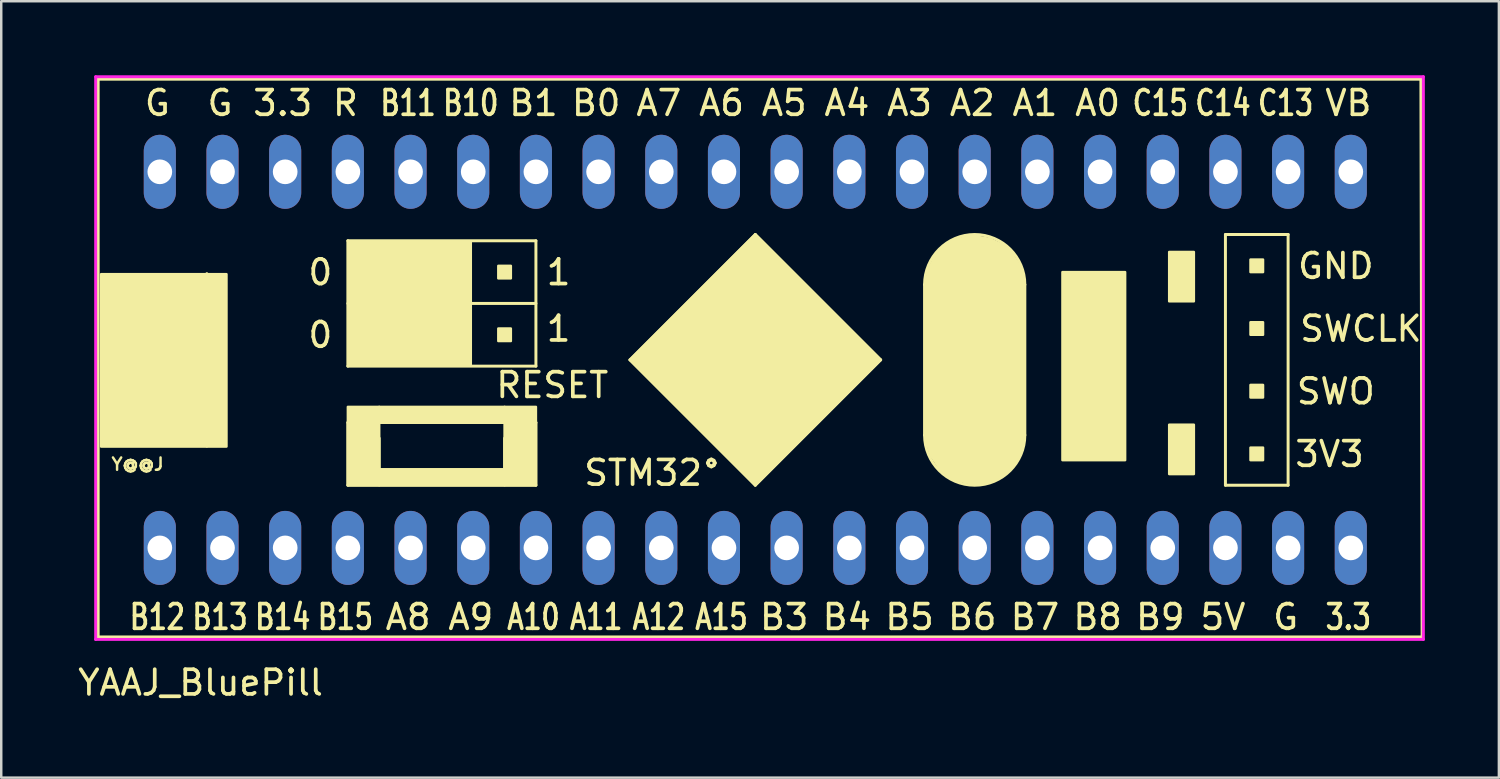
<source format=kicad_pcb>
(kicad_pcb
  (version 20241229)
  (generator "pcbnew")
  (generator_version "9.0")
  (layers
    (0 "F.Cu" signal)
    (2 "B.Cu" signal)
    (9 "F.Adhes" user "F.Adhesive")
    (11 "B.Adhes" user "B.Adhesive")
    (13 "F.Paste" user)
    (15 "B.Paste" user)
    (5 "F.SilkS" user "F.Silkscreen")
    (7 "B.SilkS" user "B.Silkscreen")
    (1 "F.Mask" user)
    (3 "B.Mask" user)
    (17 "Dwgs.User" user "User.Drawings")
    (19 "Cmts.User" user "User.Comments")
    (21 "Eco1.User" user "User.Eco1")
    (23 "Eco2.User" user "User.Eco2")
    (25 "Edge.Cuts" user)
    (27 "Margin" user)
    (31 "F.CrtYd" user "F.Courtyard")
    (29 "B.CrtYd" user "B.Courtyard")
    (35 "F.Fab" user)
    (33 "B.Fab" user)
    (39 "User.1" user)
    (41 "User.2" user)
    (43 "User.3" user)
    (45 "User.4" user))
  (footprint "YAAJ_BluePill"
    (layer "F.Cu")
    (at 3.327 19.16)
    (property "Reference" "YAAJ_BluePill" (at 1.75 5.453 180) (layer "F.SilkS") (effects (font (size 1 1) (thickness 0.15))))
    (attr through_hole)
    (fp_line (start -2.4 -19) (end 51.2 -19) (stroke (width 0.12) (type solid)) (layer "F.SilkS"))
    (fp_line (start -2.4 3.6) (end -2.4 -19) (stroke (width 0.12) (type solid)) (layer "F.SilkS"))
    (fp_line (start 2.004 -4.135) (end 2.004 -11.12) (stroke (width 0.12) (type solid)) (layer "F.SilkS"))
    (fp_line (start 7.719 -12.454) (end 7.719 -7.374) (stroke (width 0.12) (type solid)) (layer "F.SilkS"))
    (fp_line (start 7.719 -9.914) (end 15.339 -9.914) (stroke (width 0.12) (type solid)) (layer "F.SilkS"))
    (fp_line (start 7.719 -7.374) (end 15.339 -7.374) (stroke (width 0.12) (type solid)) (layer "F.SilkS"))
    (fp_line (start 7.719 -5.088) (end 15.339 -5.088) (stroke (width 0.12) (type solid)) (layer "F.SilkS"))
    (fp_line (start 7.719 -2.548) (end 7.719 -5.088) (stroke (width 0.12) (type solid)) (layer "F.SilkS"))
    (fp_line (start 8.989 -3.183) (end 8.989 -4.453) (stroke (width 0.12) (type solid)) (layer "F.SilkS"))
    (fp_line (start 14.069 -4.453) (end 14.069 -3.183) (stroke (width 0.12) (type solid)) (layer "F.SilkS"))
    (fp_line (start 14.069 -3.183) (end 8.989 -3.183) (stroke (width 0.12) (type solid)) (layer "F.SilkS"))
    (fp_line (start 15.339 -12.454) (end 7.719 -12.454) (stroke (width 0.12) (type solid)) (layer "F.SilkS"))
    (fp_line (start 15.339 -7.374) (end 15.339 -12.454) (stroke (width 0.12) (type solid)) (layer "F.SilkS"))
    (fp_line (start 15.339 -5.088) (end 15.339 -2.548) (stroke (width 0.12) (type solid)) (layer "F.SilkS"))
    (fp_line (start 15.339 -2.548) (end 7.719 -2.548) (stroke (width 0.12) (type solid)) (layer "F.SilkS"))
    (fp_line (start 19.149 -7.628) (end 24.229 -12.708) (stroke (width 0.12) (type solid)) (layer "F.SilkS"))
    (fp_line (start 24.229 -12.708) (end 29.309 -7.628) (stroke (width 0.12) (type solid)) (layer "F.SilkS"))
    (fp_line (start 24.229 -2.548) (end 19.149 -7.628) (stroke (width 0.12) (type solid)) (layer "F.SilkS"))
    (fp_line (start 29.309 -7.628) (end 24.229 -2.548) (stroke (width 0.12) (type solid)) (layer "F.SilkS"))
    (fp_line (start 31.087 -4.58) (end 31.087 -10.676) (stroke (width 0.12) (type solid)) (layer "F.SilkS"))
    (fp_line (start 35.151 -4.58) (end 35.151 -10.676) (stroke (width 0.12) (type solid)) (layer "F.SilkS"))
    (fp_line (start 43.279 -12.708) (end 43.279 -2.548) (stroke (width 0.12) (type solid)) (layer "F.SilkS"))
    (fp_line (start 43.279 -2.548) (end 45.819 -2.548) (stroke (width 0.12) (type solid)) (layer "F.SilkS"))
    (fp_line (start 45.819 -12.708) (end 43.279 -12.708) (stroke (width 0.12) (type solid)) (layer "F.SilkS"))
    (fp_line (start 45.819 -2.548) (end 45.819 -12.708) (stroke (width 0.12) (type solid)) (layer "F.SilkS"))
    (fp_line (start 51.2 -19) (end 51.25 3.6) (stroke (width 0.12) (type solid)) (layer "F.SilkS"))
    (fp_line (start 51.25 3.6) (end -2.4 3.6) (stroke (width 0.12) (type solid)) (layer "F.SilkS"))
    (fp_arc (start 31.08706 -10.67562) (mid 33.11906 -12.70762) (end 35.15106 -10.67562) (stroke (width 0.12) (type solid)) (layer "F.SilkS"))
    (fp_arc (start 35.15106 -4.57962) (mid 33.11906 -2.54762) (end 31.08706 -4.57962) (stroke (width 0.12) (type solid)) (layer "F.SilkS"))
    (fp_poly (pts (xy -2.28 -4.115) (xy 2.8 -4.115) (xy 2.8 -11.1) (xy -2.28 -11.1)) (stroke (width 0.1) (type solid)) (fill yes) (layer "F.SilkS"))
    (fp_poly (pts (xy 7.719 -2.548) (xy 7.719 -5.723) (xy 8.989 -5.723) (xy 8.989 -2.548)) (stroke (width 0.1) (type solid)) (fill yes) (layer "F.SilkS"))
    (fp_poly (pts (xy 7.8 -12.4) (xy 12.7 -12.4) (xy 12.7 -7.4) (xy 7.8 -7.4)) (stroke (width 0.1) (type solid)) (fill yes) (layer "F.SilkS"))
    (fp_poly (pts (xy 8.735 -10.93) (xy 9.243 -10.93) (xy 9.243 -11.438) (xy 8.735 -11.438)) (stroke (width 0.1) (type solid)) (fill yes) (layer "F.SilkS"))
    (fp_poly (pts (xy 8.735 -8.39) (xy 8.735 -8.898) (xy 9.243 -8.898) (xy 9.243 -8.39)) (stroke (width 0.1) (type solid)) (fill yes) (layer "F.SilkS"))
    (fp_poly (pts (xy 8.989 -5.088) (xy 8.989 -5.723) (xy 14.069 -5.723) (xy 14.069 -5.088)) (stroke (width 0.1) (type solid)) (fill yes) (layer "F.SilkS"))
    (fp_poly (pts (xy 8.989 -2.548) (xy 8.989 -3.183) (xy 14.069 -3.183) (xy 14.069 -2.548)) (stroke (width 0.1) (type solid)) (fill yes) (layer "F.SilkS"))
    (fp_poly (pts (xy 11.275 -10.93) (xy 11.275 -11.438) (xy 11.783 -11.438) (xy 11.783 -10.93)) (stroke (width 0.1) (type solid)) (fill yes) (layer "F.SilkS"))
    (fp_poly (pts (xy 11.275 -8.39) (xy 11.275 -8.898) (xy 11.783 -8.898) (xy 11.783 -8.39)) (stroke (width 0.1) (type solid)) (fill yes) (layer "F.SilkS"))
    (fp_poly (pts (xy 13.815 -10.93) (xy 13.815 -11.438) (xy 14.323 -11.438) (xy 14.323 -10.93)) (stroke (width 0.1) (type solid)) (fill yes) (layer "F.SilkS"))
    (fp_poly (pts (xy 13.815 -8.39) (xy 14.323 -8.39) (xy 14.323 -8.898) (xy 13.815 -8.898)) (stroke (width 0.1) (type solid)) (fill yes) (layer "F.SilkS"))
    (fp_poly (pts (xy 14.069 -2.548) (xy 14.069 -5.723) (xy 15.339 -5.723) (xy 15.339 -2.548)) (stroke (width 0.1) (type solid)) (fill yes) (layer "F.SilkS"))
    (fp_poly (pts (xy 19.149 -7.628) (xy 24.229 -2.548) (xy 29.309 -7.628) (xy 24.229 -12.708)) (stroke (width 0.1) (type solid)) (fill yes) (layer "F.SilkS"))
    (fp_poly (pts (xy 36.675 -3.564) (xy 36.675 -11.184) (xy 39.215 -11.184) (xy 39.215 -3.564)) (stroke (width 0.1) (type solid)) (fill yes) (layer "F.SilkS"))
    (fp_poly (pts (xy 41 -12) (xy 41 -10) (xy 42 -10) (xy 42 -12)) (stroke (width 0.1) (type solid)) (fill yes) (layer "F.SilkS"))
    (fp_poly (pts (xy 42 -5) (xy 41 -5) (xy 41 -3) (xy 42 -3)) (stroke (width 0.1) (type solid)) (fill yes) (layer "F.SilkS"))
    (fp_poly (pts (xy 44.295 -11.184) (xy 44.803 -11.184) (xy 44.803 -11.692) (xy 44.295 -11.692)) (stroke (width 0.1) (type solid)) (fill yes) (layer "F.SilkS"))
    (fp_poly (pts (xy 44.295 -8.644) (xy 44.803 -8.644) (xy 44.803 -9.152) (xy 44.295 -9.152)) (stroke (width 0.1) (type solid)) (fill yes) (layer "F.SilkS"))
    (fp_poly (pts (xy 44.295 -6.104) (xy 44.803 -6.104) (xy 44.803 -6.612) (xy 44.295 -6.612)) (stroke (width 0.1) (type solid)) (fill yes) (layer "F.SilkS"))
    (fp_poly (pts (xy 44.295 -3.564) (xy 44.803 -3.564) (xy 44.803 -4.072) (xy 44.295 -4.072)) (stroke (width 0.1) (type solid)) (fill yes) (layer "F.SilkS"))
    (fp_poly (pts (xy 31.196 -4.209) (xy 31.35 -3.745) (xy 31.606 -3.362) (xy 31.742 -3.185) (xy 32.057 -2.926) (xy 32.291 -2.799) (xy 32.522 -2.723) (xy 32.827 -2.652) (xy 33.114 -2.598) (xy 33.541 -2.642) (xy 33.891 -2.744) (xy 34.196 -2.936) (xy 34.412 -3.089) (xy 34.638 -3.338) (xy 34.877 -3.627) (xy 34.973 -3.856) (xy 35.019 -4.049) (xy 35.088 -4.514) (xy 35.093 -10.838) (xy 34.966 -11.394) (xy 34.592 -11.979) (xy 34.242 -12.291) (xy 33.726 -12.529) (xy 33.381 -12.592) (xy 33.076 -12.624) (xy 32.743 -12.593) (xy 32.342 -12.484) (xy 32.144 -12.403) (xy 31.92 -12.25) (xy 31.704 -12.029) (xy 31.499 -11.781) (xy 31.255 -11.318) (xy 31.163 -10.843) (xy 31.168 -4.521)) (stroke (width 0.1) (type solid)) (fill yes) (layer "F.SilkS"))
    (fp_line (start -2.5 -19.1) (end -2.5 3.7) (stroke (width 0.12) (type solid)) (layer "F.CrtYd"))
    (fp_line (start -2.5 -19.1) (end 51.3 -19.1) (stroke (width 0.12) (type solid)) (layer "F.CrtYd"))
    (fp_line (start 51.3 -19.1) (end 51.3 3.7) (stroke (width 0.12) (type solid)) (layer "F.CrtYd"))
    (fp_line (start 51.3 3.7) (end -2.5 3.7) (stroke (width 0.12) (type solid)) (layer "F.CrtYd"))
    (fp_text user "G" (at 45.72 2.794 0) (layer "F.SilkS") (effects (font (size 1 1) (thickness 0.15))))
    (fp_text user "B4" (at 27.94 2.794 0) (layer "F.SilkS") (effects (font (size 1 1) (thickness 0.15))))
    (fp_text user "G" (at 2.54 -18.034 0) (layer "F.SilkS") (effects (font (size 1 1) (thickness 0.15))))
    (fp_text user "SWO" (at 47.752 -6.35 0) (layer "F.SilkS") (effects (font (size 1 1) (thickness 0.15))))
    (fp_text user "A7" (at 20.32 -18.034 0) (layer "F.SilkS") (effects (font (size 1 1) (thickness 0.15))))
    (fp_text user "B15" (at 7.62 2.794 0) (layer "F.SilkS") (effects (font (size 1 0.762) (thickness 0.15))))
    (fp_text user "B8" (at 38.1 2.794 0) (layer "F.SilkS") (effects (font (size 1 1) (thickness 0.15))))
    (fp_text user "B9" (at 40.64 2.794 0) (layer "F.SilkS") (effects (font (size 1 1) (thickness 0.15))))
    (fp_text user "B0" (at 17.78 -18.034 0) (layer "F.SilkS") (effects (font (size 1 1) (thickness 0.15))))
    (fp_text user "A8" (at 10.16 2.794 0) (layer "F.SilkS") (effects (font (size 1 1) (thickness 0.15))))
    (fp_text user "C13" (at 45.72 -18.034 0) (layer "F.SilkS") (effects (font (size 1 0.762) (thickness 0.15))))
    (fp_text user "B7" (at 35.56 2.794 0) (layer "F.SilkS") (effects (font (size 1 1) (thickness 0.15))))
    (fp_text user "A2" (at 33.02 -18.034 0) (layer "F.SilkS") (effects (font (size 1 1) (thickness 0.15))))
    (fp_text user "B3" (at 25.4 2.794 0) (layer "F.SilkS") (effects (font (size 1 1) (thickness 0.15))))
    (fp_text user "B11" (at 10.16 -18.034 0) (layer "F.SilkS") (effects (font (size 1 0.762) (thickness 0.15))))
    (fp_text user "A6" (at 22.86 -18.034 0) (layer "F.SilkS") (effects (font (size 1 1) (thickness 0.15))))
    (fp_text user "3.3" (at 48.26 2.794 0) (layer "F.SilkS") (effects (font (size 1 0.762) (thickness 0.15))))
    (fp_text user "A11" (at 17.78 2.794 0) (layer "F.SilkS") (effects (font (size 1 0.762) (thickness 0.15))))
    (fp_text user "G" (at 0 -18.034 0) (layer "F.SilkS") (effects (font (size 1 1) (thickness 0.15))))
    (fp_text user "R" (at 7.62 -18.034 0) (layer "F.SilkS") (effects (font (size 1 1) (thickness 0.15))))
    (fp_text user "A15" (at 22.86 2.794 0) (layer "F.SilkS") (effects (font (size 1 0.762) (thickness 0.15))))
    (fp_text user "B5" (at 30.48 2.794 0) (layer "F.SilkS") (effects (font (size 1 1) (thickness 0.15))))
    (fp_text user "A12" (at 20.32 2.794 0) (layer "F.SilkS") (effects (font (size 1 0.762) (thickness 0.15))))
    (fp_text user "0" (at 6.604 -8.636 0) (layer "F.SilkS") (effects (font (size 1 1) (thickness 0.15))))
    (fp_text user "A1" (at 35.56 -18.034 0) (layer "F.SilkS") (effects (font (size 1 1) (thickness 0.15))))
    (fp_text user "GND" (at 47.752 -11.43 0) (layer "F.SilkS") (effects (font (size 1 1) (thickness 0.15))))
    (fp_text user "1" (at 16.256 -8.89 0) (layer "F.SilkS") (effects (font (size 1 1) (thickness 0.15))))
    (fp_text user "B12" (at 0 2.794 0) (layer "F.SilkS") (effects (font (size 1 0.762) (thickness 0.15))))
    (fp_text user "VB" (at 48.26 -18.034 0) (layer "F.SilkS") (effects (font (size 1 1) (thickness 0.15))))
    (fp_text user "RESET" (at 16.002 -6.604 0) (layer "F.SilkS") (effects (font (size 1 1) (thickness 0.15))))
    (fp_text user "SWCLK" (at 48.768 -8.89 0) (layer "F.SilkS") (effects (font (size 1 1) (thickness 0.15))))
    (fp_text user "3V3" (at 47.498 -3.81 0) (layer "F.SilkS") (effects (font (size 1 1) (thickness 0.15))))
    (fp_text user "A4" (at 27.94 -18.034 0) (layer "F.SilkS") (effects (font (size 1 1) (thickness 0.15))))
    (fp_text user "A9" (at 12.7 2.794 0) (layer "F.SilkS") (effects (font (size 1 1) (thickness 0.15))))
    (fp_text user "B6" (at 33.02 2.794 0) (layer "F.SilkS") (effects (font (size 1 1) (thickness 0.15))))
    (fp_text user "A3" (at 30.48 -18.034 0) (layer "F.SilkS") (effects (font (size 1 1) (thickness 0.15))))
    (fp_text user "B14" (at 5.08 2.794 0) (layer "F.SilkS") (effects (font (size 1 0.762) (thickness 0.15))))
    (fp_text user "A0" (at 38.1 -18.034 0) (layer "F.SilkS") (effects (font (size 1 1) (thickness 0.15))))
    (fp_text user "B1" (at 15.24 -18.034 0) (layer "F.SilkS") (effects (font (size 1 1) (thickness 0.15))))
    (fp_text user "C15" (at 40.64 -18.034 0) (layer "F.SilkS") (effects (font (size 1 0.762) (thickness 0.15))))
    (fp_text user "3.3" (at 5.08 -18.034 0) (layer "F.SilkS") (effects (font (size 1 1) (thickness 0.15))))
    (fp_text user "A10" (at 15.24 2.794 0) (layer "F.SilkS") (effects (font (size 1 0.762) (thickness 0.15))))
    (fp_text user "A5" (at 25.4 -18.034 0) (layer "F.SilkS") (effects (font (size 1 1) (thickness 0.15))))
    (fp_text user "1" (at 16.256 -11.176 0) (layer "F.SilkS") (effects (font (size 1 1) (thickness 0.15))))
    (fp_text user "STM32°" (at 20.066 -3.048 0) (layer "F.SilkS") (effects (font (size 1 1) (thickness 0.15))))
    (fp_text user "0" (at 6.604 -11.176 0) (layer "F.SilkS") (effects (font (size 1 1) (thickness 0.15))))
    (fp_text user "Y@@J" (at -0.8 -3.4 0) (layer "F.SilkS") (effects (font (size 0.5 0.5) (thickness 0.1))))
    (fp_text user "B10" (at 12.7 -18.034 0) (layer "F.SilkS") (effects (font (size 1 0.762) (thickness 0.15))))
    (fp_text user "5V" (at 43.18 2.794 0) (layer "F.SilkS") (effects (font (size 1 1) (thickness 0.15))))
    (fp_text user "B13" (at 2.54 2.794 0) (layer "F.SilkS") (effects (font (size 1 0.762) (thickness 0.15))))
    (fp_text user "C14" (at 43.18 -18.034 0) (layer "F.SilkS") (effects (font (size 1 0.762) (thickness 0.15))))
    (pad "1" thru_hole oval (at 0.099 -0.008) (size 1.3 3) (drill 1) (layers "*.Cu" "*.Mask"))
    (pad "2" thru_hole oval (at 2.639 -0.008) (size 1.3 3) (drill 1) (layers "*.Cu" "*.Mask"))
    (pad "3" thru_hole oval (at 5.179 -0.008) (size 1.3 3) (drill 1) (layers "*.Cu" "*.Mask"))
    (pad "4" thru_hole oval (at 7.719 -0.008) (size 1.3 3) (drill 1) (layers "*.Cu" "*.Mask"))
    (pad "5" thru_hole oval (at 10.259 -0.008) (size 1.3 3) (drill 1) (layers "*.Cu" "*.Mask"))
    (pad "6" thru_hole oval (at 12.799 -0.008) (size 1.3 3) (drill 1) (layers "*.Cu" "*.Mask"))
    (pad "7" thru_hole oval (at 15.339 -0.008) (size 1.3 3) (drill 1) (layers "*.Cu" "*.Mask"))
    (pad "8" thru_hole oval (at 17.879 -0.008) (size 1.3 3) (drill 1) (layers "*.Cu" "*.Mask"))
    (pad "9" thru_hole oval (at 20.419 -0.008) (size 1.3 3) (drill 1) (layers "*.Cu" "*.Mask"))
    (pad "10" thru_hole oval (at 22.959 -0.008) (size 1.3 3) (drill 1) (layers "*.Cu" "*.Mask"))
    (pad "11" thru_hole oval (at 25.499 -0.008) (size 1.3 3) (drill 1) (layers "*.Cu" "*.Mask"))
    (pad "12" thru_hole oval (at 28.039 -0.008) (size 1.3 3) (drill 1) (layers "*.Cu" "*.Mask"))
    (pad "13" thru_hole oval (at 30.579 -0.008) (size 1.3 3) (drill 1) (layers "*.Cu" "*.Mask"))
    (pad "14" thru_hole oval (at 33.119 -0.008) (size 1.3 3) (drill 1) (layers "*.Cu" "*.Mask"))
    (pad "15" thru_hole oval (at 35.659 -0.008) (size 1.3 3) (drill 1) (layers "*.Cu" "*.Mask"))
    (pad "16" thru_hole oval (at 38.199 -0.008) (size 1.3 3) (drill 1) (layers "*.Cu" "*.Mask"))
    (pad "17" thru_hole oval (at 40.739 -0.008) (size 1.3 3) (drill 1) (layers "*.Cu" "*.Mask"))
    (pad "18" thru_hole oval (at 43.279 -0.008) (size 1.3 3) (drill 1) (layers "*.Cu" "*.Mask"))
    (pad "19" thru_hole oval (at 45.819 -0.008) (size 1.3 3) (drill 1) (layers "*.Cu" "*.Mask"))
    (pad "20" thru_hole oval (at 48.359 -0.008) (size 1.3 3) (drill 1) (layers "*.Cu" "*.Mask"))
    (pad "21" thru_hole oval (at 48.359 -15.248) (size 1.3 3) (drill 1) (layers "*.Cu" "*.Mask"))
    (pad "22" thru_hole oval (at 45.819 -15.248) (size 1.3 3) (drill 1) (layers "*.Cu" "*.Mask"))
    (pad "23" thru_hole oval (at 43.279 -15.248) (size 1.3 3) (drill 1) (layers "*.Cu" "*.Mask"))
    (pad "24" thru_hole oval (at 40.739 -15.248) (size 1.3 3) (drill 1) (layers "*.Cu" "*.Mask"))
    (pad "25" thru_hole oval (at 38.199 -15.248) (size 1.3 3) (drill 1) (layers "*.Cu" "*.Mask"))
    (pad "26" thru_hole oval (at 35.659 -15.248) (size 1.3 3) (drill 1) (layers "*.Cu" "*.Mask"))
    (pad "27" thru_hole oval (at 33.119 -15.248) (size 1.3 3) (drill 1) (layers "*.Cu" "*.Mask"))
    (pad "28" thru_hole oval (at 30.579 -15.248) (size 1.3 3) (drill 1) (layers "*.Cu" "*.Mask"))
    (pad "29" thru_hole oval (at 28.039 -15.248) (size 1.3 3) (drill 1) (layers "*.Cu" "*.Mask"))
    (pad "30" thru_hole oval (at 25.499 -15.248) (size 1.3 3) (drill 1) (layers "*.Cu" "*.Mask"))
    (pad "31" thru_hole oval (at 22.959 -15.248) (size 1.3 3) (drill 1) (layers "*.Cu" "*.Mask"))
    (pad "32" thru_hole oval (at 20.419 -15.248) (size 1.3 3) (drill 1) (layers "*.Cu" "*.Mask"))
    (pad "33" thru_hole oval (at 17.879 -15.248) (size 1.3 3) (drill 1) (layers "*.Cu" "*.Mask"))
    (pad "34" thru_hole oval (at 15.339 -15.248) (size 1.3 3) (drill 1) (layers "*.Cu" "*.Mask"))
    (pad "35" thru_hole oval (at 12.799 -15.248) (size 1.3 3) (drill 1) (layers "*.Cu" "*.Mask"))
    (pad "36" thru_hole oval (at 10.259 -15.248) (size 1.3 3) (drill 1) (layers "*.Cu" "*.Mask"))
    (pad "37" thru_hole oval (at 7.719 -15.248) (size 1.3 3) (drill 1) (layers "*.Cu" "*.Mask"))
    (pad "38" thru_hole oval (at 5.179 -15.248) (size 1.3 3) (drill 1) (layers "*.Cu" "*.Mask"))
    (pad "39" thru_hole oval (at 2.639 -15.248) (size 1.3 3) (drill 1) (layers "*.Cu" "*.Mask"))
    (pad "40" thru_hole oval (at 0.099 -15.248) (size 1.3 3) (drill 1) (layers "*.Cu" "*.Mask")))
  (gr_rect
    (start -3 -3)
    (end 57.687 28.462)
    (stroke (width 0.1) (type default))
    (fill no)
    (layer "Edge.Cuts")))
</source>
